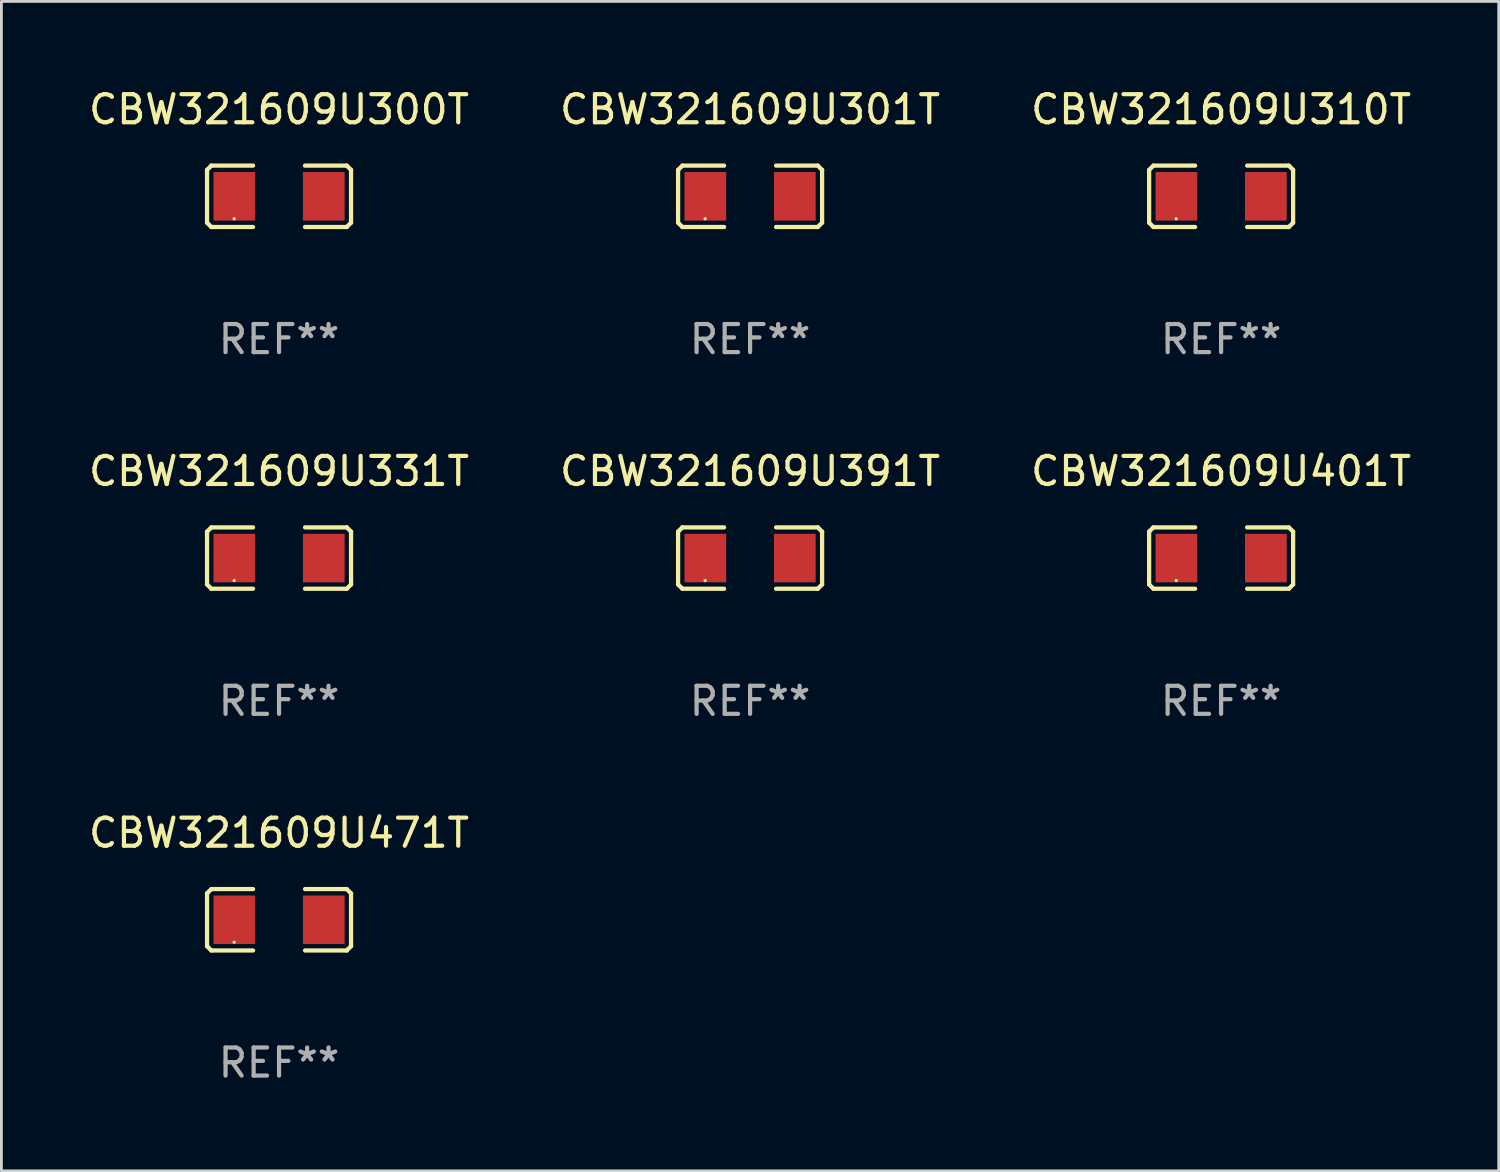
<source format=kicad_pcb>
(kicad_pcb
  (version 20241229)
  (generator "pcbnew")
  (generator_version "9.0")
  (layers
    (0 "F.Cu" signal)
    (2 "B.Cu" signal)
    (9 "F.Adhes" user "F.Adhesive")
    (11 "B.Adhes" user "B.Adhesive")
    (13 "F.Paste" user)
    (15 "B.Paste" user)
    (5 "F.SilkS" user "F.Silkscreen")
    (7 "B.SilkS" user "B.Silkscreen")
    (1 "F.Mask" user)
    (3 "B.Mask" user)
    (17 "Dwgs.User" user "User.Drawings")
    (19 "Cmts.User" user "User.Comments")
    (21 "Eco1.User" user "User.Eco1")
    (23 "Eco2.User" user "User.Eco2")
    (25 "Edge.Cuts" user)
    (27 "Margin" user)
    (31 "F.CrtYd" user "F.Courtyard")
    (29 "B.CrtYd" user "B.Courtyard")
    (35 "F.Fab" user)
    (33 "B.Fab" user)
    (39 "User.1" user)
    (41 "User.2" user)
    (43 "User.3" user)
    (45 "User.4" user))
  (footprint "CBW321609U331T"
    (layer "F.Cu")
    (at 6.887 16.823)
    (property "Reference" "CBW321609U331T" (at 0 -3.093 0) (layer "F.SilkS") (effects (font (size 1 1) (thickness 0.15))))
    (attr through_hole)
    (fp_line (start -2.564 -0.94) (end -2.411 -1.093) (stroke (width 0.152) (type solid)) (layer "F.SilkS"))
    (fp_line (start -2.564 0.94) (end -2.564 -0.94) (stroke (width 0.152) (type solid)) (layer "F.SilkS"))
    (fp_line (start -2.411 -1.093) (end -0.926 -1.093) (stroke (width 0.152) (type solid)) (layer "F.SilkS"))
    (fp_line (start -2.411 1.093) (end -2.564 0.94) (stroke (width 0.152) (type solid)) (layer "F.SilkS"))
    (fp_line (start -0.926 1.093) (end -2.411 1.093) (stroke (width 0.152) (type solid)) (layer "F.SilkS"))
    (fp_line (start 0.926 1.093) (end 2.411 1.093) (stroke (width 0.152) (type solid)) (layer "F.SilkS"))
    (fp_line (start 2.411 -1.093) (end 0.926 -1.093) (stroke (width 0.152) (type solid)) (layer "F.SilkS"))
    (fp_line (start 2.411 1.093) (end 2.564 0.94) (stroke (width 0.152) (type solid)) (layer "F.SilkS"))
    (fp_line (start 2.564 -0.94) (end 2.411 -1.093) (stroke (width 0.152) (type solid)) (layer "F.SilkS"))
    (fp_line (start 2.564 0.94) (end 2.564 -0.94) (stroke (width 0.152) (type solid)) (layer "F.SilkS"))
    (fp_circle (center -1.6 0.8) (end -1.57 0.8) (stroke (width 0.06) (type solid)) (fill no) (layer "F.SilkS"))
    (fp_text user "REF**" (at 0 5.093 0) (layer "F.Fab") (effects (font (size 1 1) (thickness 0.15))))
    (pad "1" smd rect (at -1.593 0) (size 1.485 1.728) (layers "F.Cu" "F.Mask" "F.Paste"))
    (pad "2" smd rect (at 1.593 0) (size 1.485 1.728) (layers "F.Cu" "F.Mask" "F.Paste")))
  (footprint "CBW321609U300T"
    (layer "F.Cu")
    (at 6.887 3.941)
    (property "Reference" "CBW321609U300T" (at 0 -3.093 0) (layer "F.SilkS") (effects (font (size 1 1) (thickness 0.15))))
    (attr through_hole)
    (fp_line (start -2.564 -0.94) (end -2.411 -1.093) (stroke (width 0.152) (type solid)) (layer "F.SilkS"))
    (fp_line (start -2.564 0.94) (end -2.564 -0.94) (stroke (width 0.152) (type solid)) (layer "F.SilkS"))
    (fp_line (start -2.411 -1.093) (end -0.926 -1.093) (stroke (width 0.152) (type solid)) (layer "F.SilkS"))
    (fp_line (start -2.411 1.093) (end -2.564 0.94) (stroke (width 0.152) (type solid)) (layer "F.SilkS"))
    (fp_line (start -0.926 1.093) (end -2.411 1.093) (stroke (width 0.152) (type solid)) (layer "F.SilkS"))
    (fp_line (start 0.926 1.093) (end 2.411 1.093) (stroke (width 0.152) (type solid)) (layer "F.SilkS"))
    (fp_line (start 2.411 -1.093) (end 0.926 -1.093) (stroke (width 0.152) (type solid)) (layer "F.SilkS"))
    (fp_line (start 2.411 1.093) (end 2.564 0.94) (stroke (width 0.152) (type solid)) (layer "F.SilkS"))
    (fp_line (start 2.564 -0.94) (end 2.411 -1.093) (stroke (width 0.152) (type solid)) (layer "F.SilkS"))
    (fp_line (start 2.564 0.94) (end 2.564 -0.94) (stroke (width 0.152) (type solid)) (layer "F.SilkS"))
    (fp_circle (center -1.6 0.8) (end -1.57 0.8) (stroke (width 0.06) (type solid)) (fill no) (layer "F.SilkS"))
    (fp_text user "REF**" (at 0 5.093 0) (layer "F.Fab") (effects (font (size 1 1) (thickness 0.15))))
    (pad "1" smd rect (at -1.593 0) (size 1.485 1.728) (layers "F.Cu" "F.Mask" "F.Paste"))
    (pad "2" smd rect (at 1.593 0) (size 1.485 1.728) (layers "F.Cu" "F.Mask" "F.Paste")))
  (footprint "CBW321609U301T"
    (layer "F.Cu")
    (at 23.661 3.941)
    (property "Reference" "CBW321609U301T" (at 0 -3.093 0) (layer "F.SilkS") (effects (font (size 1 1) (thickness 0.15))))
    (attr through_hole)
    (fp_line (start -2.564 -0.94) (end -2.411 -1.093) (stroke (width 0.152) (type solid)) (layer "F.SilkS"))
    (fp_line (start -2.564 0.94) (end -2.564 -0.94) (stroke (width 0.152) (type solid)) (layer "F.SilkS"))
    (fp_line (start -2.411 -1.093) (end -0.926 -1.093) (stroke (width 0.152) (type solid)) (layer "F.SilkS"))
    (fp_line (start -2.411 1.093) (end -2.564 0.94) (stroke (width 0.152) (type solid)) (layer "F.SilkS"))
    (fp_line (start -0.926 1.093) (end -2.411 1.093) (stroke (width 0.152) (type solid)) (layer "F.SilkS"))
    (fp_line (start 0.926 1.093) (end 2.411 1.093) (stroke (width 0.152) (type solid)) (layer "F.SilkS"))
    (fp_line (start 2.411 -1.093) (end 0.926 -1.093) (stroke (width 0.152) (type solid)) (layer "F.SilkS"))
    (fp_line (start 2.411 1.093) (end 2.564 0.94) (stroke (width 0.152) (type solid)) (layer "F.SilkS"))
    (fp_line (start 2.564 -0.94) (end 2.411 -1.093) (stroke (width 0.152) (type solid)) (layer "F.SilkS"))
    (fp_line (start 2.564 0.94) (end 2.564 -0.94) (stroke (width 0.152) (type solid)) (layer "F.SilkS"))
    (fp_circle (center -1.6 0.8) (end -1.57 0.8) (stroke (width 0.06) (type solid)) (fill no) (layer "F.SilkS"))
    (fp_text user "REF**" (at 0 5.093 0) (layer "F.Fab") (effects (font (size 1 1) (thickness 0.15))))
    (pad "1" smd rect (at -1.593 0) (size 1.485 1.728) (layers "F.Cu" "F.Mask" "F.Paste"))
    (pad "2" smd rect (at 1.593 0) (size 1.485 1.728) (layers "F.Cu" "F.Mask" "F.Paste")))
  (footprint "CBW321609U471T"
    (layer "F.Cu")
    (at 6.887 29.704)
    (property "Reference" "CBW321609U471T" (at 0 -3.093 0) (layer "F.SilkS") (effects (font (size 1 1) (thickness 0.15))))
    (attr through_hole)
    (fp_line (start -2.564 -0.94) (end -2.411 -1.093) (stroke (width 0.152) (type solid)) (layer "F.SilkS"))
    (fp_line (start -2.564 0.94) (end -2.564 -0.94) (stroke (width 0.152) (type solid)) (layer "F.SilkS"))
    (fp_line (start -2.411 -1.093) (end -0.926 -1.093) (stroke (width 0.152) (type solid)) (layer "F.SilkS"))
    (fp_line (start -2.411 1.093) (end -2.564 0.94) (stroke (width 0.152) (type solid)) (layer "F.SilkS"))
    (fp_line (start -0.926 1.093) (end -2.411 1.093) (stroke (width 0.152) (type solid)) (layer "F.SilkS"))
    (fp_line (start 0.926 1.093) (end 2.411 1.093) (stroke (width 0.152) (type solid)) (layer "F.SilkS"))
    (fp_line (start 2.411 -1.093) (end 0.926 -1.093) (stroke (width 0.152) (type solid)) (layer "F.SilkS"))
    (fp_line (start 2.411 1.093) (end 2.564 0.94) (stroke (width 0.152) (type solid)) (layer "F.SilkS"))
    (fp_line (start 2.564 -0.94) (end 2.411 -1.093) (stroke (width 0.152) (type solid)) (layer "F.SilkS"))
    (fp_line (start 2.564 0.94) (end 2.564 -0.94) (stroke (width 0.152) (type solid)) (layer "F.SilkS"))
    (fp_circle (center -1.6 0.8) (end -1.57 0.8) (stroke (width 0.06) (type solid)) (fill no) (layer "F.SilkS"))
    (fp_text user "REF**" (at 0 5.093 0) (layer "F.Fab") (effects (font (size 1 1) (thickness 0.15))))
    (pad "1" smd rect (at -1.593 0) (size 1.485 1.728) (layers "F.Cu" "F.Mask" "F.Paste"))
    (pad "2" smd rect (at 1.593 0) (size 1.485 1.728) (layers "F.Cu" "F.Mask" "F.Paste")))
  (footprint "CBW321609U401T"
    (layer "F.Cu")
    (at 40.435 16.823)
    (property "Reference" "CBW321609U401T" (at 0 -3.093 0) (layer "F.SilkS") (effects (font (size 1 1) (thickness 0.15))))
    (attr through_hole)
    (fp_line (start -2.564 -0.94) (end -2.411 -1.093) (stroke (width 0.152) (type solid)) (layer "F.SilkS"))
    (fp_line (start -2.564 0.94) (end -2.564 -0.94) (stroke (width 0.152) (type solid)) (layer "F.SilkS"))
    (fp_line (start -2.411 -1.093) (end -0.926 -1.093) (stroke (width 0.152) (type solid)) (layer "F.SilkS"))
    (fp_line (start -2.411 1.093) (end -2.564 0.94) (stroke (width 0.152) (type solid)) (layer "F.SilkS"))
    (fp_line (start -0.926 1.093) (end -2.411 1.093) (stroke (width 0.152) (type solid)) (layer "F.SilkS"))
    (fp_line (start 0.926 1.093) (end 2.411 1.093) (stroke (width 0.152) (type solid)) (layer "F.SilkS"))
    (fp_line (start 2.411 -1.093) (end 0.926 -1.093) (stroke (width 0.152) (type solid)) (layer "F.SilkS"))
    (fp_line (start 2.411 1.093) (end 2.564 0.94) (stroke (width 0.152) (type solid)) (layer "F.SilkS"))
    (fp_line (start 2.564 -0.94) (end 2.411 -1.093) (stroke (width 0.152) (type solid)) (layer "F.SilkS"))
    (fp_line (start 2.564 0.94) (end 2.564 -0.94) (stroke (width 0.152) (type solid)) (layer "F.SilkS"))
    (fp_circle (center -1.6 0.8) (end -1.57 0.8) (stroke (width 0.06) (type solid)) (fill no) (layer "F.SilkS"))
    (fp_text user "REF**" (at 0 5.093 0) (layer "F.Fab") (effects (font (size 1 1) (thickness 0.15))))
    (pad "1" smd rect (at -1.593 0) (size 1.485 1.728) (layers "F.Cu" "F.Mask" "F.Paste"))
    (pad "2" smd rect (at 1.593 0) (size 1.485 1.728) (layers "F.Cu" "F.Mask" "F.Paste")))
  (footprint "CBW321609U391T"
    (layer "F.Cu")
    (at 23.661 16.823)
    (property "Reference" "CBW321609U391T" (at 0 -3.093 0) (layer "F.SilkS") (effects (font (size 1 1) (thickness 0.15))))
    (attr through_hole)
    (fp_line (start -2.564 -0.94) (end -2.411 -1.093) (stroke (width 0.152) (type solid)) (layer "F.SilkS"))
    (fp_line (start -2.564 0.94) (end -2.564 -0.94) (stroke (width 0.152) (type solid)) (layer "F.SilkS"))
    (fp_line (start -2.411 -1.093) (end -0.926 -1.093) (stroke (width 0.152) (type solid)) (layer "F.SilkS"))
    (fp_line (start -2.411 1.093) (end -2.564 0.94) (stroke (width 0.152) (type solid)) (layer "F.SilkS"))
    (fp_line (start -0.926 1.093) (end -2.411 1.093) (stroke (width 0.152) (type solid)) (layer "F.SilkS"))
    (fp_line (start 0.926 1.093) (end 2.411 1.093) (stroke (width 0.152) (type solid)) (layer "F.SilkS"))
    (fp_line (start 2.411 -1.093) (end 0.926 -1.093) (stroke (width 0.152) (type solid)) (layer "F.SilkS"))
    (fp_line (start 2.411 1.093) (end 2.564 0.94) (stroke (width 0.152) (type solid)) (layer "F.SilkS"))
    (fp_line (start 2.564 -0.94) (end 2.411 -1.093) (stroke (width 0.152) (type solid)) (layer "F.SilkS"))
    (fp_line (start 2.564 0.94) (end 2.564 -0.94) (stroke (width 0.152) (type solid)) (layer "F.SilkS"))
    (fp_circle (center -1.6 0.8) (end -1.57 0.8) (stroke (width 0.06) (type solid)) (fill no) (layer "F.SilkS"))
    (fp_text user "REF**" (at 0 5.093 0) (layer "F.Fab") (effects (font (size 1 1) (thickness 0.15))))
    (pad "1" smd rect (at -1.593 0) (size 1.485 1.728) (layers "F.Cu" "F.Mask" "F.Paste"))
    (pad "2" smd rect (at 1.593 0) (size 1.485 1.728) (layers "F.Cu" "F.Mask" "F.Paste")))
  (footprint "CBW321609U310T"
    (layer "F.Cu")
    (at 40.435 3.941)
    (property "Reference" "CBW321609U310T" (at 0 -3.093 0) (layer "F.SilkS") (effects (font (size 1 1) (thickness 0.15))))
    (attr through_hole)
    (fp_line (start -2.564 -0.94) (end -2.411 -1.093) (stroke (width 0.152) (type solid)) (layer "F.SilkS"))
    (fp_line (start -2.564 0.94) (end -2.564 -0.94) (stroke (width 0.152) (type solid)) (layer "F.SilkS"))
    (fp_line (start -2.411 -1.093) (end -0.926 -1.093) (stroke (width 0.152) (type solid)) (layer "F.SilkS"))
    (fp_line (start -2.411 1.093) (end -2.564 0.94) (stroke (width 0.152) (type solid)) (layer "F.SilkS"))
    (fp_line (start -0.926 1.093) (end -2.411 1.093) (stroke (width 0.152) (type solid)) (layer "F.SilkS"))
    (fp_line (start 0.926 1.093) (end 2.411 1.093) (stroke (width 0.152) (type solid)) (layer "F.SilkS"))
    (fp_line (start 2.411 -1.093) (end 0.926 -1.093) (stroke (width 0.152) (type solid)) (layer "F.SilkS"))
    (fp_line (start 2.411 1.093) (end 2.564 0.94) (stroke (width 0.152) (type solid)) (layer "F.SilkS"))
    (fp_line (start 2.564 -0.94) (end 2.411 -1.093) (stroke (width 0.152) (type solid)) (layer "F.SilkS"))
    (fp_line (start 2.564 0.94) (end 2.564 -0.94) (stroke (width 0.152) (type solid)) (layer "F.SilkS"))
    (fp_circle (center -1.6 0.8) (end -1.57 0.8) (stroke (width 0.06) (type solid)) (fill no) (layer "F.SilkS"))
    (fp_text user "REF**" (at 0 5.093 0) (layer "F.Fab") (effects (font (size 1 1) (thickness 0.15))))
    (pad "1" smd rect (at -1.593 0) (size 1.485 1.728) (layers "F.Cu" "F.Mask" "F.Paste"))
    (pad "2" smd rect (at 1.593 0) (size 1.485 1.728) (layers "F.Cu" "F.Mask" "F.Paste")))
  (gr_rect
    (start -3 -3)
    (end 50.321 38.645)
    (stroke (width 0.1) (type default))
    (fill no)
    (layer "Edge.Cuts")))
</source>
